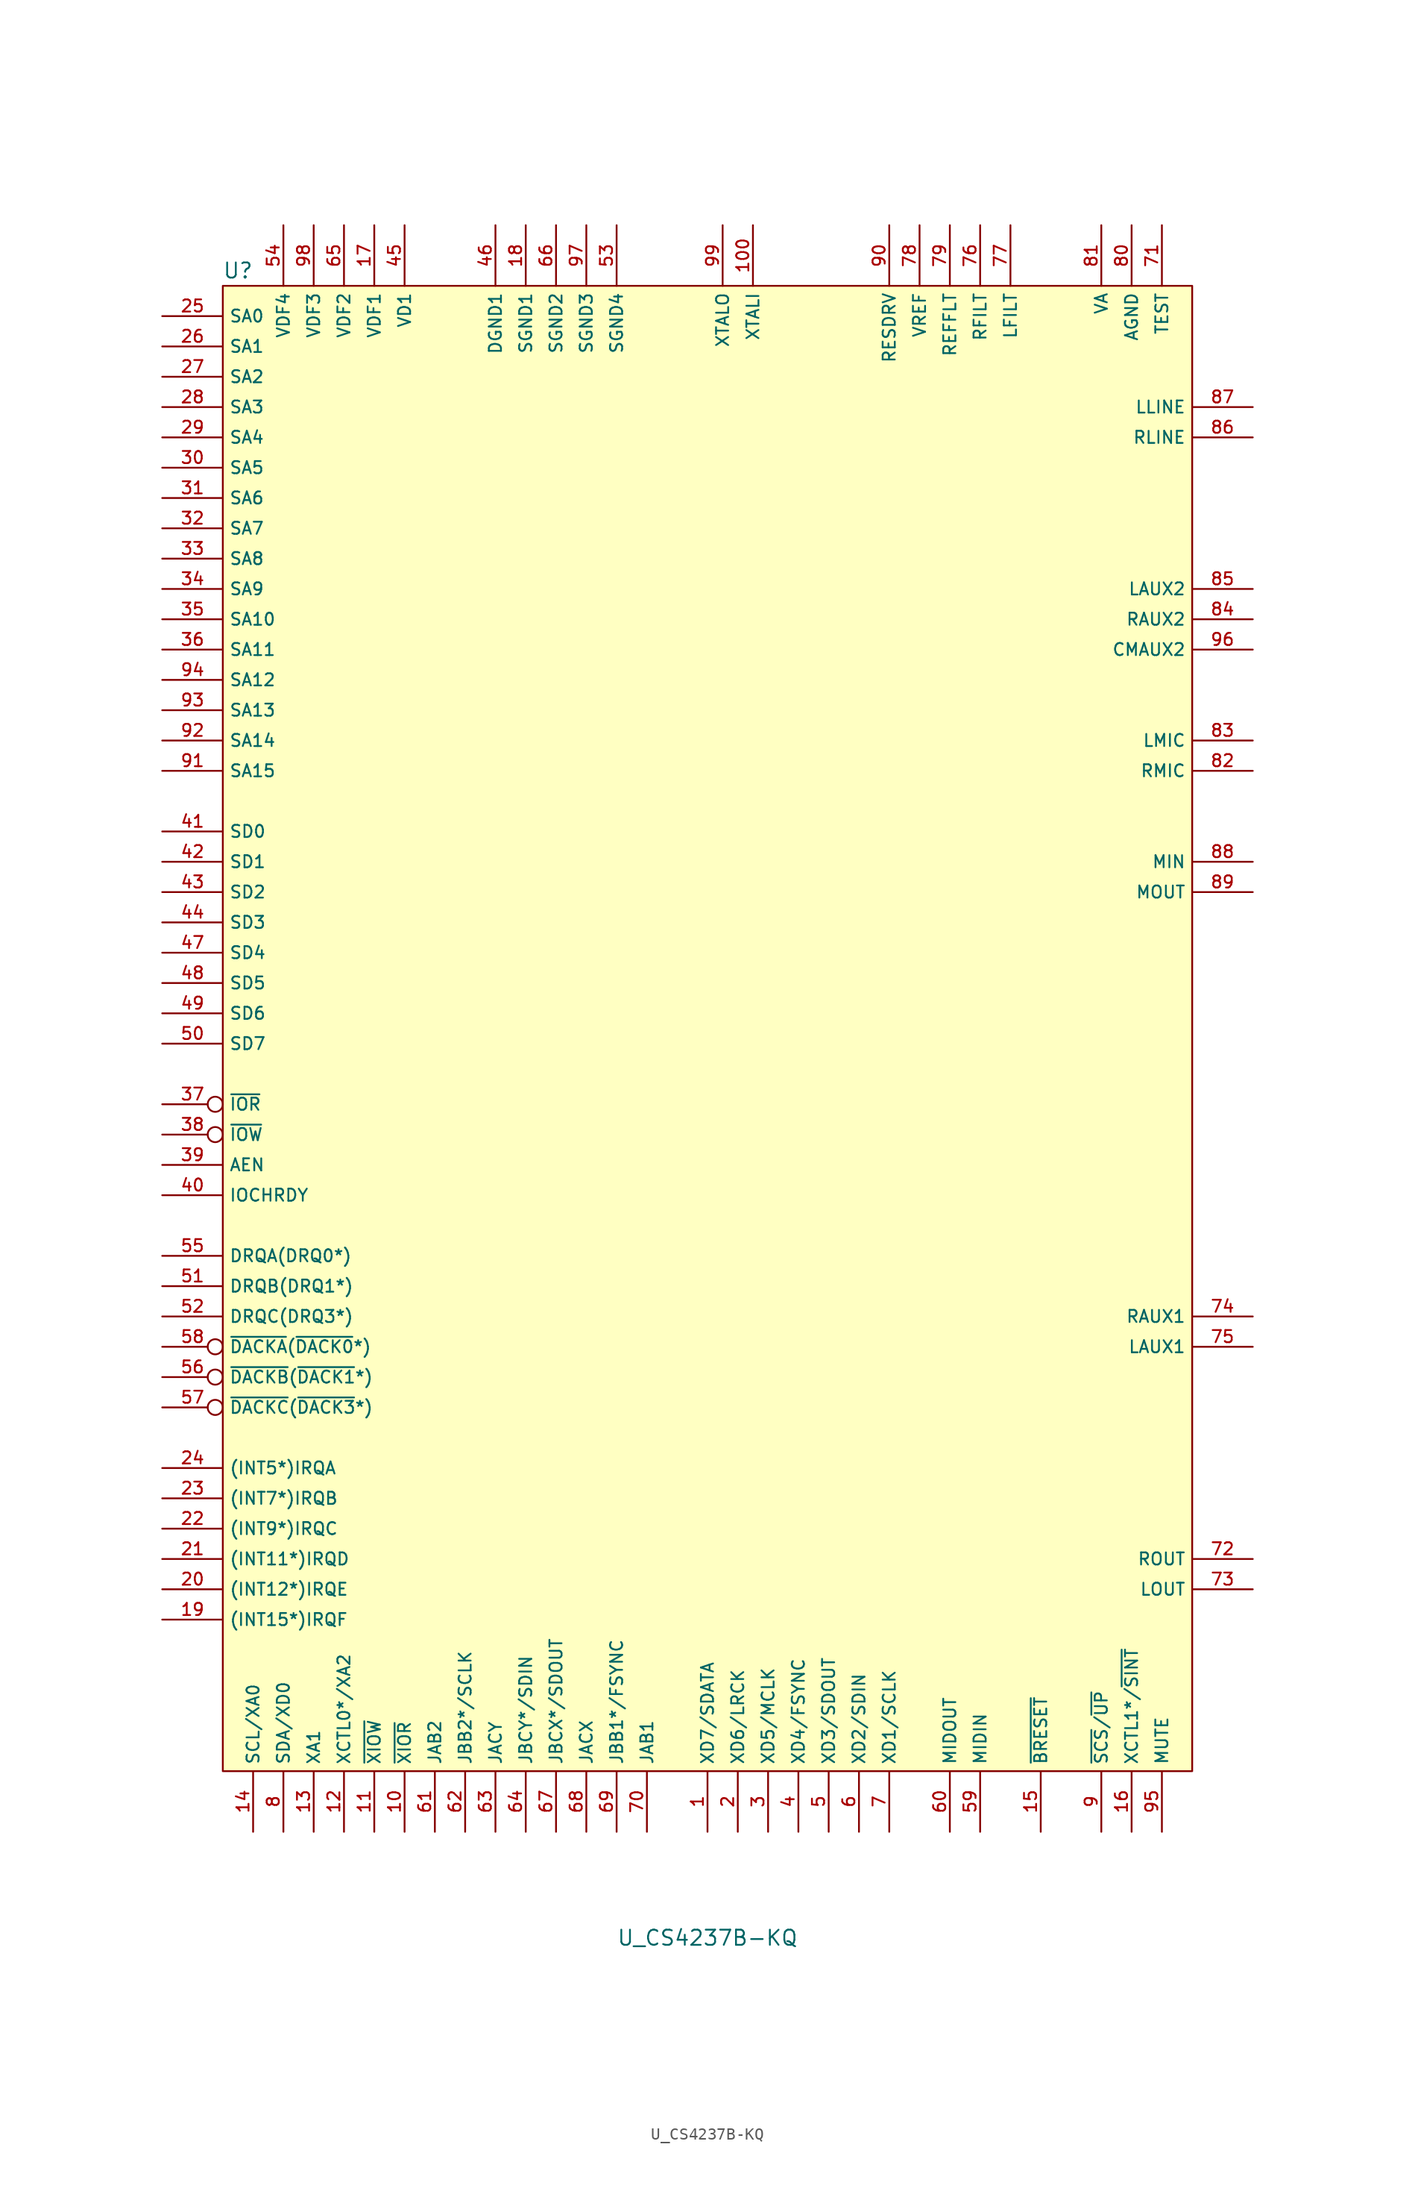
<source format=kicad_sym>
(kicad_symbol_lib
  (version 20220914)
  (generator kicad_symbol_editor)
  (symbol "U_CS4237B-KQ"
    (property "Reference" "U"
      (at -39.37 63.5 0)
      (effects (font (size 1.27 1.27))))
    (property "Value" "U_CS4237B-KQ"
      (at 0 -76.2 0)
      (effects (font (size 1.27 1.27))))
    (symbol "U_CS4237B-KQ_1_1"
      (rectangle (start -40.64 62.23) (end 40.64 -62.23) (stroke (width 0) (type default)) (fill (type background)))
      (pin passive line (at 0 -67.31 90) (length 5.08) (name "XD7/SDATA" (effects (font (size 1.016 1.016)))) (number "1" (effects (font (size 1.016 1.016)))))
      (pin passive line (at -25.4 -67.31 90) (length 5.08) (name "~{XIOR}" (effects (font (size 1.016 1.016)))) (number "10" (effects (font (size 1.016 1.016)))))
      (pin passive line (at 3.81 67.31 270) (length 5.08) (name "XTALI" (effects (font (size 1.016 1.016)))) (number "100" (effects (font (size 1.016 1.016)))))
      (pin passive line (at -27.94 -67.31 90) (length 5.08) (name "~{XIOW}" (effects (font (size 1.016 1.016)))) (number "11" (effects (font (size 1.016 1.016)))))
      (pin passive line (at -30.48 -67.31 90) (length 5.08) (name "XCTL0*/XA2" (effects (font (size 1.016 1.016)))) (number "12" (effects (font (size 1.016 1.016)))))
      (pin passive line (at -33.02 -67.31 90) (length 5.08) (name "XA1" (effects (font (size 1.016 1.016)))) (number "13" (effects (font (size 1.016 1.016)))))
      (pin passive line (at -38.1 -67.31 90) (length 5.08) (name "SCL/XA0" (effects (font (size 1.016 1.016)))) (number "14" (effects (font (size 1.016 1.016)))))
      (pin input line (at 27.94 -67.31 90) (length 5.08) (name "~{BRESET}" (effects (font (size 1.016 1.016)))) (number "15" (effects (font (size 1.016 1.016)))))
      (pin passive line (at 35.56 -67.31 90) (length 5.08) (name "XCTL1*/~{SINT}" (effects (font (size 1.016 1.016)))) (number "16" (effects (font (size 1.016 1.016)))))
      (pin power_in line (at -27.94 67.31 270) (length 5.08) (name "VDF1" (effects (font (size 1.016 1.016)))) (number "17" (effects (font (size 1.016 1.016)))))
      (pin power_in line (at -15.24 67.31 270) (length 5.08) (name "SGND1" (effects (font (size 1.016 1.016)))) (number "18" (effects (font (size 1.016 1.016)))))
      (pin output line (at -45.72 -49.53 0) (length 5.08) (name "(INT15*)IRQF" (effects (font (size 1.016 1.016)))) (number "19" (effects (font (size 1.016 1.016)))))
      (pin passive line (at 2.54 -67.31 90) (length 5.08) (name "XD6/LRCK" (effects (font (size 1.016 1.016)))) (number "2" (effects (font (size 1.016 1.016)))))
      (pin output line (at -45.72 -46.99 0) (length 5.08) (name "(INT12*)IRQE" (effects (font (size 1.016 1.016)))) (number "20" (effects (font (size 1.016 1.016)))))
      (pin output line (at -45.72 -44.45 0) (length 5.08) (name "(INT11*)IRQD" (effects (font (size 1.016 1.016)))) (number "21" (effects (font (size 1.016 1.016)))))
      (pin output line (at -45.72 -41.91 0) (length 5.08) (name "(INT9*)IRQC" (effects (font (size 1.016 1.016)))) (number "22" (effects (font (size 1.016 1.016)))))
      (pin output line (at -45.72 -39.37 0) (length 5.08) (name "(INT7*)IRQB" (effects (font (size 1.016 1.016)))) (number "23" (effects (font (size 1.016 1.016)))))
      (pin output line (at -45.72 -36.83 0) (length 5.08) (name "(INT5*)IRQA" (effects (font (size 1.016 1.016)))) (number "24" (effects (font (size 1.016 1.016)))))
      (pin input line (at -45.72 59.69 0) (length 5.08) (name "SA0" (effects (font (size 1.016 1.016)))) (number "25" (effects (font (size 1.016 1.016)))))
      (pin input line (at -45.72 57.15 0) (length 5.08) (name "SA1" (effects (font (size 1.016 1.016)))) (number "26" (effects (font (size 1.016 1.016)))))
      (pin input line (at -45.72 54.61 0) (length 5.08) (name "SA2" (effects (font (size 1.016 1.016)))) (number "27" (effects (font (size 1.016 1.016)))))
      (pin input line (at -45.72 52.07 0) (length 5.08) (name "SA3" (effects (font (size 1.016 1.016)))) (number "28" (effects (font (size 1.016 1.016)))))
      (pin input line (at -45.72 49.53 0) (length 5.08) (name "SA4" (effects (font (size 1.016 1.016)))) (number "29" (effects (font (size 1.016 1.016)))))
      (pin passive line (at 5.08 -67.31 90) (length 5.08) (name "XD5/MCLK" (effects (font (size 1.016 1.016)))) (number "3" (effects (font (size 1.016 1.016)))))
      (pin input line (at -45.72 46.99 0) (length 5.08) (name "SA5" (effects (font (size 1.016 1.016)))) (number "30" (effects (font (size 1.016 1.016)))))
      (pin input line (at -45.72 44.45 0) (length 5.08) (name "SA6" (effects (font (size 1.016 1.016)))) (number "31" (effects (font (size 1.016 1.016)))))
      (pin input line (at -45.72 41.91 0) (length 5.08) (name "SA7" (effects (font (size 1.016 1.016)))) (number "32" (effects (font (size 1.016 1.016)))))
      (pin input line (at -45.72 39.37 0) (length 5.08) (name "SA8" (effects (font (size 1.016 1.016)))) (number "33" (effects (font (size 1.016 1.016)))))
      (pin input line (at -45.72 36.83 0) (length 5.08) (name "SA9" (effects (font (size 1.016 1.016)))) (number "34" (effects (font (size 1.016 1.016)))))
      (pin input line (at -45.72 34.29 0) (length 5.08) (name "SA10" (effects (font (size 1.016 1.016)))) (number "35" (effects (font (size 1.016 1.016)))))
      (pin input line (at -45.72 31.75 0) (length 5.08) (name "SA11" (effects (font (size 1.016 1.016)))) (number "36" (effects (font (size 1.016 1.016)))))
      (pin input inverted (at -45.72 -6.35 0) (length 5.08) (name "~{IOR}" (effects (font (size 1.016 1.016)))) (number "37" (effects (font (size 1.016 1.016)))))
      (pin input inverted (at -45.72 -8.89 0) (length 5.08) (name "~{IOW}" (effects (font (size 1.016 1.016)))) (number "38" (effects (font (size 1.016 1.016)))))
      (pin input line (at -45.72 -11.43 0) (length 5.08) (name "AEN" (effects (font (size 1.016 1.016)))) (number "39" (effects (font (size 1.016 1.016)))))
      (pin passive line (at 7.62 -67.31 90) (length 5.08) (name "XD4/FSYNC" (effects (font (size 1.016 1.016)))) (number "4" (effects (font (size 1.016 1.016)))))
      (pin output line (at -45.72 -13.97 0) (length 5.08) (name "IOCHRDY" (effects (font (size 1.016 1.016)))) (number "40" (effects (font (size 1.016 1.016)))))
      (pin bidirectional line (at -45.72 16.51 0) (length 5.08) (name "SD0" (effects (font (size 1.016 1.016)))) (number "41" (effects (font (size 1.016 1.016)))))
      (pin bidirectional line (at -45.72 13.97 0) (length 5.08) (name "SD1" (effects (font (size 1.016 1.016)))) (number "42" (effects (font (size 1.016 1.016)))))
      (pin bidirectional line (at -45.72 11.43 0) (length 5.08) (name "SD2" (effects (font (size 1.016 1.016)))) (number "43" (effects (font (size 1.016 1.016)))))
      (pin bidirectional line (at -45.72 8.89 0) (length 5.08) (name "SD3" (effects (font (size 1.016 1.016)))) (number "44" (effects (font (size 1.016 1.016)))))
      (pin power_in line (at -25.4 67.31 270) (length 5.08) (name "VD1" (effects (font (size 1.016 1.016)))) (number "45" (effects (font (size 1.016 1.016)))))
      (pin power_in line (at -17.78 67.31 270) (length 5.08) (name "DGND1" (effects (font (size 1.016 1.016)))) (number "46" (effects (font (size 1.016 1.016)))))
      (pin bidirectional line (at -45.72 6.35 0) (length 5.08) (name "SD4" (effects (font (size 1.016 1.016)))) (number "47" (effects (font (size 1.016 1.016)))))
      (pin bidirectional line (at -45.72 3.81 0) (length 5.08) (name "SD5" (effects (font (size 1.016 1.016)))) (number "48" (effects (font (size 1.016 1.016)))))
      (pin bidirectional line (at -45.72 1.27 0) (length 5.08) (name "SD6" (effects (font (size 1.016 1.016)))) (number "49" (effects (font (size 1.016 1.016)))))
      (pin passive line (at 10.16 -67.31 90) (length 5.08) (name "XD3/SDOUT" (effects (font (size 1.016 1.016)))) (number "5" (effects (font (size 1.016 1.016)))))
      (pin bidirectional line (at -45.72 -1.27 0) (length 5.08) (name "SD7" (effects (font (size 1.016 1.016)))) (number "50" (effects (font (size 1.016 1.016)))))
      (pin output line (at -45.72 -21.59 0) (length 5.08) (name "DRQB(DRQ1*)" (effects (font (size 1.016 1.016)))) (number "51" (effects (font (size 1.016 1.016)))))
      (pin output line (at -45.72 -24.13 0) (length 5.08) (name "DRQC(DRQ3*)" (effects (font (size 1.016 1.016)))) (number "52" (effects (font (size 1.016 1.016)))))
      (pin power_in line (at -7.62 67.31 270) (length 5.08) (name "SGND4" (effects (font (size 1.016 1.016)))) (number "53" (effects (font (size 1.016 1.016)))))
      (pin power_in line (at -35.56 67.31 270) (length 5.08) (name "VDF4" (effects (font (size 1.016 1.016)))) (number "54" (effects (font (size 1.016 1.016)))))
      (pin output line (at -45.72 -19.05 0) (length 5.08) (name "DRQA(DRQ0*)" (effects (font (size 1.016 1.016)))) (number "55" (effects (font (size 1.016 1.016)))))
      (pin input inverted (at -45.72 -29.21 0) (length 5.08) (name "~{DACKB}(~{DACK1}*)" (effects (font (size 1.016 1.016)))) (number "56" (effects (font (size 1.016 1.016)))))
      (pin input inverted (at -45.72 -31.75 0) (length 5.08) (name "~{DACKC}(~{DACK3}*)" (effects (font (size 1.016 1.016)))) (number "57" (effects (font (size 1.016 1.016)))))
      (pin input inverted (at -45.72 -26.67 0) (length 5.08) (name "~{DACKA}(~{DACK0}*)" (effects (font (size 1.016 1.016)))) (number "58" (effects (font (size 1.016 1.016)))))
      (pin input line (at 22.86 -67.31 90) (length 5.08) (name "MIDIN" (effects (font (size 1.016 1.016)))) (number "59" (effects (font (size 1.016 1.016)))))
      (pin passive line (at 12.7 -67.31 90) (length 5.08) (name "XD2/SDIN" (effects (font (size 1.016 1.016)))) (number "6" (effects (font (size 1.016 1.016)))))
      (pin output line (at 20.32 -67.31 90) (length 5.08) (name "MIDOUT" (effects (font (size 1.016 1.016)))) (number "60" (effects (font (size 1.016 1.016)))))
      (pin passive line (at -22.86 -67.31 90) (length 5.08) (name "JAB2" (effects (font (size 1.016 1.016)))) (number "61" (effects (font (size 1.016 1.016)))))
      (pin passive line (at -20.32 -67.31 90) (length 5.08) (name "JBB2*/SCLK" (effects (font (size 1.016 1.016)))) (number "62" (effects (font (size 1.016 1.016)))))
      (pin passive line (at -17.78 -67.31 90) (length 5.08) (name "JACY" (effects (font (size 1.016 1.016)))) (number "63" (effects (font (size 1.016 1.016)))))
      (pin passive line (at -15.24 -67.31 90) (length 5.08) (name "JBCY*/SDIN" (effects (font (size 1.016 1.016)))) (number "64" (effects (font (size 1.016 1.016)))))
      (pin power_in line (at -30.48 67.31 270) (length 5.08) (name "VDF2" (effects (font (size 1.016 1.016)))) (number "65" (effects (font (size 1.016 1.016)))))
      (pin power_in line (at -12.7 67.31 270) (length 5.08) (name "SGND2" (effects (font (size 1.016 1.016)))) (number "66" (effects (font (size 1.016 1.016)))))
      (pin passive line (at -12.7 -67.31 90) (length 5.08) (name "JBCX*/SDOUT" (effects (font (size 1.016 1.016)))) (number "67" (effects (font (size 1.016 1.016)))))
      (pin passive line (at -10.16 -67.31 90) (length 5.08) (name "JACX" (effects (font (size 1.016 1.016)))) (number "68" (effects (font (size 1.016 1.016)))))
      (pin passive line (at -7.62 -67.31 90) (length 5.08) (name "JBB1*/FSYNC" (effects (font (size 1.016 1.016)))) (number "69" (effects (font (size 1.016 1.016)))))
      (pin passive line (at 15.24 -67.31 90) (length 5.08) (name "XD1/SCLK" (effects (font (size 1.016 1.016)))) (number "7" (effects (font (size 1.016 1.016)))))
      (pin passive line (at -5.08 -67.31 90) (length 5.08) (name "JAB1" (effects (font (size 1.016 1.016)))) (number "70" (effects (font (size 1.016 1.016)))))
      (pin passive line (at 38.1 67.31 270) (length 5.08) (name "TEST" (effects (font (size 1.016 1.016)))) (number "71" (effects (font (size 1.016 1.016)))))
      (pin output line (at 45.72 -44.45 180) (length 5.08) (name "ROUT" (effects (font (size 1.016 1.016)))) (number "72" (effects (font (size 1.016 1.016)))))
      (pin output line (at 45.72 -46.99 180) (length 5.08) (name "LOUT" (effects (font (size 1.016 1.016)))) (number "73" (effects (font (size 1.016 1.016)))))
      (pin passive line (at 45.72 -24.13 180) (length 5.08) (name "RAUX1" (effects (font (size 1.016 1.016)))) (number "74" (effects (font (size 1.016 1.016)))))
      (pin passive line (at 45.72 -26.67 180) (length 5.08) (name "LAUX1" (effects (font (size 1.016 1.016)))) (number "75" (effects (font (size 1.016 1.016)))))
      (pin passive line (at 22.86 67.31 270) (length 5.08) (name "RFILT" (effects (font (size 1.016 1.016)))) (number "76" (effects (font (size 1.016 1.016)))))
      (pin passive line (at 25.4 67.31 270) (length 5.08) (name "LFILT" (effects (font (size 1.016 1.016)))) (number "77" (effects (font (size 1.016 1.016)))))
      (pin passive line (at 17.78 67.31 270) (length 5.08) (name "VREF" (effects (font (size 1.016 1.016)))) (number "78" (effects (font (size 1.016 1.016)))))
      (pin passive line (at 20.32 67.31 270) (length 5.08) (name "REFFLT" (effects (font (size 1.016 1.016)))) (number "79" (effects (font (size 1.016 1.016)))))
      (pin passive line (at -35.56 -67.31 90) (length 5.08) (name "SDA/XD0" (effects (font (size 1.016 1.016)))) (number "8" (effects (font (size 1.016 1.016)))))
      (pin passive line (at 35.56 67.31 270) (length 5.08) (name "AGND" (effects (font (size 1.016 1.016)))) (number "80" (effects (font (size 1.016 1.016)))))
      (pin passive line (at 33.02 67.31 270) (length 5.08) (name "VA" (effects (font (size 1.016 1.016)))) (number "81" (effects (font (size 1.016 1.016)))))
      (pin passive line (at 45.72 21.59 180) (length 5.08) (name "RMIC" (effects (font (size 1.016 1.016)))) (number "82" (effects (font (size 1.016 1.016)))))
      (pin passive line (at 45.72 24.13 180) (length 5.08) (name "LMIC" (effects (font (size 1.016 1.016)))) (number "83" (effects (font (size 1.016 1.016)))))
      (pin passive line (at 45.72 34.29 180) (length 5.08) (name "RAUX2" (effects (font (size 1.016 1.016)))) (number "84" (effects (font (size 1.016 1.016)))))
      (pin passive line (at 45.72 36.83 180) (length 5.08) (name "LAUX2" (effects (font (size 1.016 1.016)))) (number "85" (effects (font (size 1.016 1.016)))))
      (pin input line (at 45.72 49.53 180) (length 5.08) (name "RLINE" (effects (font (size 1.016 1.016)))) (number "86" (effects (font (size 1.016 1.016)))))
      (pin input line (at 45.72 52.07 180) (length 5.08) (name "LLINE" (effects (font (size 1.016 1.016)))) (number "87" (effects (font (size 1.016 1.016)))))
      (pin input line (at 45.72 13.97 180) (length 5.08) (name "MIN" (effects (font (size 1.016 1.016)))) (number "88" (effects (font (size 1.016 1.016)))))
      (pin output line (at 45.72 11.43 180) (length 5.08) (name "MOUT" (effects (font (size 1.016 1.016)))) (number "89" (effects (font (size 1.016 1.016)))))
      (pin passive line (at 33.02 -67.31 90) (length 5.08) (name "~{SCS}/~{UP}" (effects (font (size 1.016 1.016)))) (number "9" (effects (font (size 1.016 1.016)))))
      (pin passive line (at 15.24 67.31 270) (length 5.08) (name "RESDRV" (effects (font (size 1.016 1.016)))) (number "90" (effects (font (size 1.016 1.016)))))
      (pin input line (at -45.72 21.59 0) (length 5.08) (name "SA15" (effects (font (size 1.016 1.016)))) (number "91" (effects (font (size 1.016 1.016)))))
      (pin input line (at -45.72 24.13 0) (length 5.08) (name "SA14" (effects (font (size 1.016 1.016)))) (number "92" (effects (font (size 1.016 1.016)))))
      (pin input line (at -45.72 26.67 0) (length 5.08) (name "SA13" (effects (font (size 1.016 1.016)))) (number "93" (effects (font (size 1.016 1.016)))))
      (pin input line (at -45.72 29.21 0) (length 5.08) (name "SA12" (effects (font (size 1.016 1.016)))) (number "94" (effects (font (size 1.016 1.016)))))
      (pin passive line (at 38.1 -67.31 90) (length 5.08) (name "MUTE" (effects (font (size 1.016 1.016)))) (number "95" (effects (font (size 1.016 1.016)))))
      (pin passive line (at 45.72 31.75 180) (length 5.08) (name "CMAUX2" (effects (font (size 1.016 1.016)))) (number "96" (effects (font (size 1.016 1.016)))))
      (pin power_in line (at -10.16 67.31 270) (length 5.08) (name "SGND3" (effects (font (size 1.016 1.016)))) (number "97" (effects (font (size 1.016 1.016)))))
      (pin power_in line (at -33.02 67.31 270) (length 5.08) (name "VDF3" (effects (font (size 1.016 1.016)))) (number "98" (effects (font (size 1.016 1.016)))))
      (pin passive line (at 1.27 67.31 270) (length 5.08) (name "XTALO" (effects (font (size 1.016 1.016)))) (number "99" (effects (font (size 1.016 1.016))))))))
</source>
